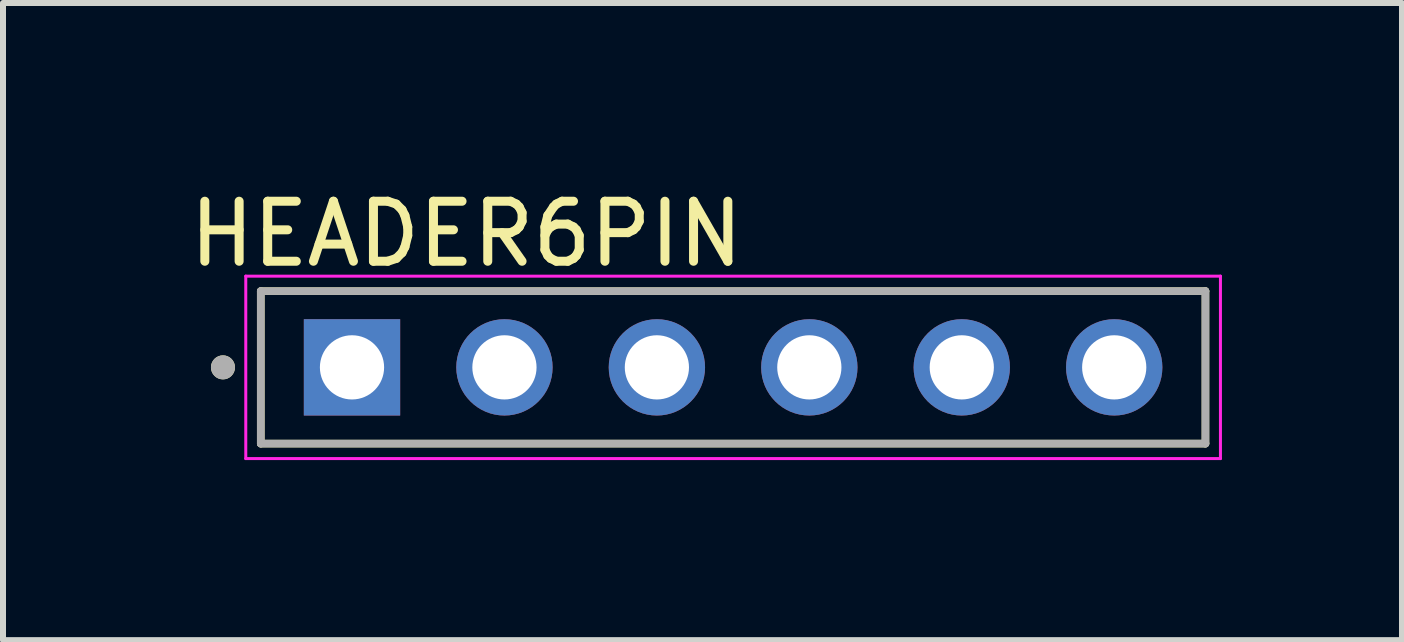
<source format=kicad_pcb>
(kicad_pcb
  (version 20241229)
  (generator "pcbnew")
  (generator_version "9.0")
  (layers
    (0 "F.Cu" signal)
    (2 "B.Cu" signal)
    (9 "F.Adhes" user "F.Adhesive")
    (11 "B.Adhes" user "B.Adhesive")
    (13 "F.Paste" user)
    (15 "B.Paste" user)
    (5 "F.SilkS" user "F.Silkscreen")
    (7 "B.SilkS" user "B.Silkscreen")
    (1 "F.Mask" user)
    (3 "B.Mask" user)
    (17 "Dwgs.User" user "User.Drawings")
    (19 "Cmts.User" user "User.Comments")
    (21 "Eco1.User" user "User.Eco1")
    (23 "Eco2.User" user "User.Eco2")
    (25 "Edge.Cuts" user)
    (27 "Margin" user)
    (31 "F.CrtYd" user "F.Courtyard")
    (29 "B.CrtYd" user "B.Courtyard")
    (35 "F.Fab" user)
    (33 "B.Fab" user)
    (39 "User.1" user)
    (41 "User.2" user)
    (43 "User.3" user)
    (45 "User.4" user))
  (footprint "HEADER6PIN"
    (layer "F.Cu")
    (at 9.165 3.071)
    (property "Reference" "HEADER6PIN" (at -4.445 -2.223 0) (layer "F.SilkS") (effects (font (size 1 1) (thickness 0.15))))
    (attr through_hole)
    (fp_line (start -7.87 -1.27) (end -7.87 1.27) (stroke (width 0.127) (type solid)) (layer "F.SilkS"))
    (fp_line (start -7.87 1.27) (end 7.87 1.27) (stroke (width 0.127) (type solid)) (layer "F.SilkS"))
    (fp_line (start 7.87 -1.27) (end -7.87 -1.27) (stroke (width 0.127) (type solid)) (layer "F.SilkS"))
    (fp_line (start 7.87 1.27) (end 7.87 -1.27) (stroke (width 0.127) (type solid)) (layer "F.SilkS"))
    (fp_circle (center -8.5 0) (end -8.4 0) (stroke (width 0.2) (type solid)) (fill no) (layer "F.SilkS"))
    (fp_line (start -8.12 -1.52) (end -8.12 1.52) (stroke (width 0.05) (type solid)) (layer "F.CrtYd"))
    (fp_line (start -8.12 1.52) (end 8.12 1.52) (stroke (width 0.05) (type solid)) (layer "F.CrtYd"))
    (fp_line (start 8.12 -1.52) (end -8.12 -1.52) (stroke (width 0.05) (type solid)) (layer "F.CrtYd"))
    (fp_line (start 8.12 1.52) (end 8.12 -1.52) (stroke (width 0.05) (type solid)) (layer "F.CrtYd"))
    (fp_line (start -7.87 -1.27) (end -7.87 1.27) (stroke (width 0.127) (type solid)) (layer "F.Fab"))
    (fp_line (start -7.87 1.27) (end 7.87 1.27) (stroke (width 0.127) (type solid)) (layer "F.Fab"))
    (fp_line (start 7.87 -1.27) (end -7.87 -1.27) (stroke (width 0.127) (type solid)) (layer "F.Fab"))
    (fp_line (start 7.87 1.27) (end 7.87 -1.27) (stroke (width 0.127) (type solid)) (layer "F.Fab"))
    (fp_circle (center -8.5 0) (end -8.4 0) (stroke (width 0.2) (type solid)) (fill no) (layer "F.Fab"))
    (pad "1" thru_hole rect (at -6.35 0) (size 1.605 1.605) (drill 1.07) (layers "*.Cu" "*.Mask"))
    (pad "2" thru_hole circle (at -3.81 0) (size 1.605 1.605) (drill 1.07) (layers "*.Cu" "*.Mask"))
    (pad "3" thru_hole circle (at -1.27 0) (size 1.605 1.605) (drill 1.07) (layers "*.Cu" "*.Mask"))
    (pad "4" thru_hole circle (at 1.27 0) (size 1.605 1.605) (drill 1.07) (layers "*.Cu" "*.Mask"))
    (pad "5" thru_hole circle (at 3.81 0) (size 1.605 1.605) (drill 1.07) (layers "*.Cu" "*.Mask"))
    (pad "6" thru_hole circle (at 6.35 0) (size 1.605 1.605) (drill 1.07) (layers "*.Cu" "*.Mask")))
  (gr_rect
    (start -3 -3)
    (end 20.31 7.616)
    (stroke (width 0.1) (type default))
    (fill no)
    (layer "Edge.Cuts")))
</source>
